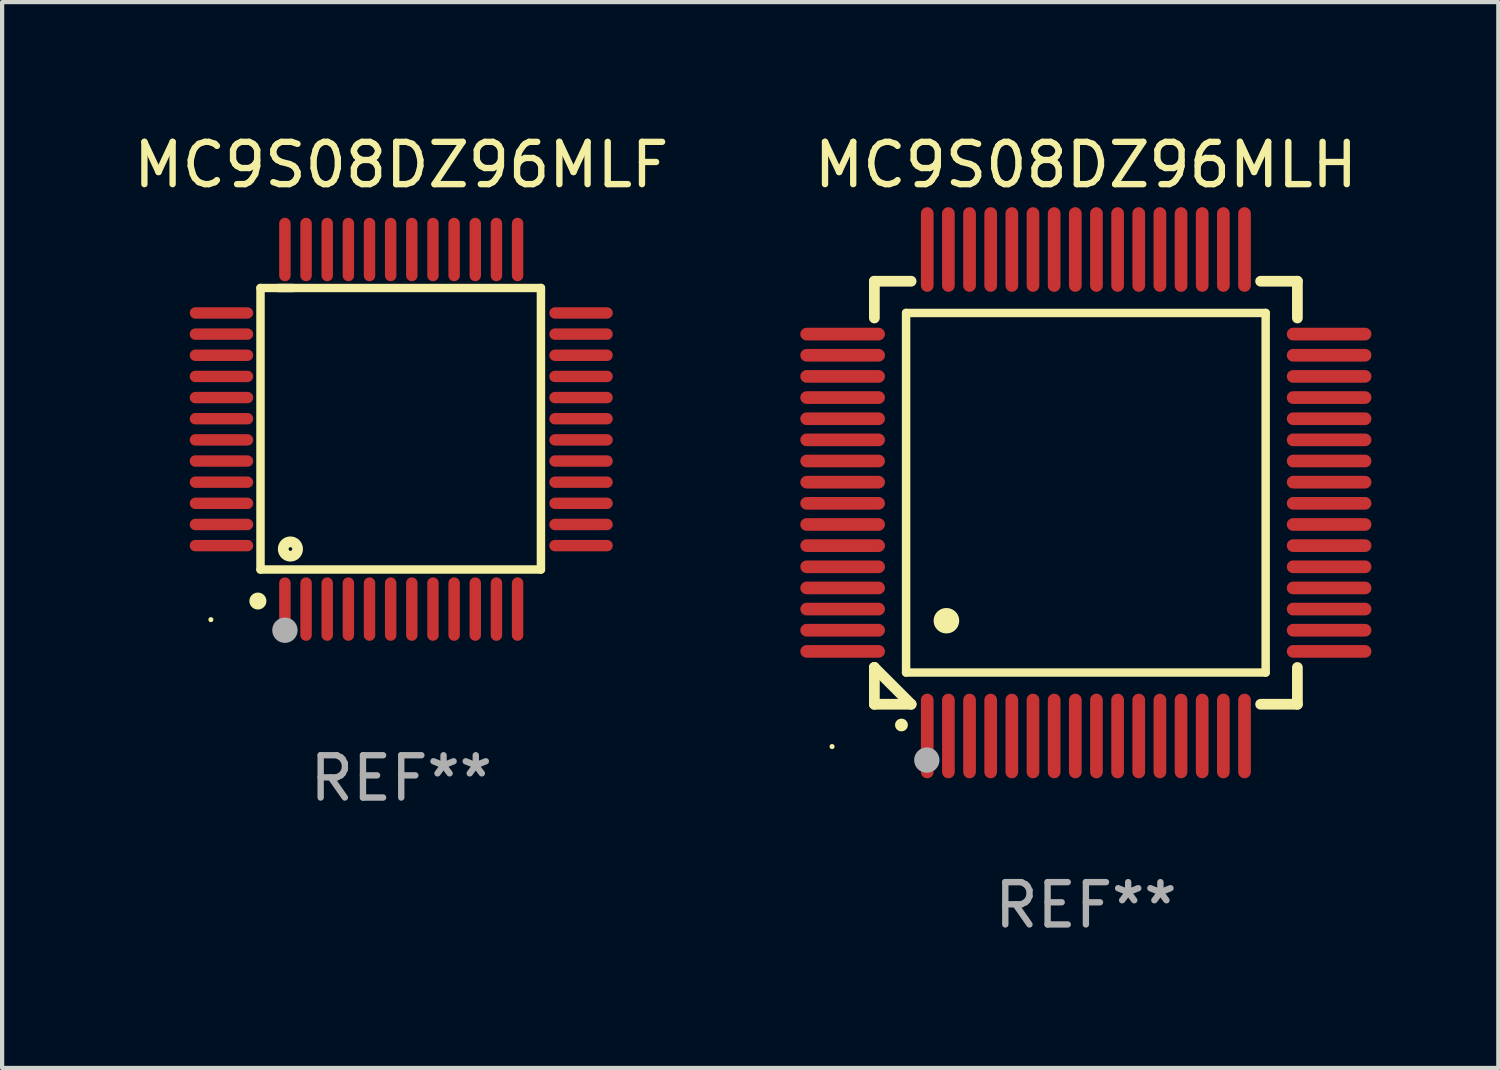
<source format=kicad_pcb>
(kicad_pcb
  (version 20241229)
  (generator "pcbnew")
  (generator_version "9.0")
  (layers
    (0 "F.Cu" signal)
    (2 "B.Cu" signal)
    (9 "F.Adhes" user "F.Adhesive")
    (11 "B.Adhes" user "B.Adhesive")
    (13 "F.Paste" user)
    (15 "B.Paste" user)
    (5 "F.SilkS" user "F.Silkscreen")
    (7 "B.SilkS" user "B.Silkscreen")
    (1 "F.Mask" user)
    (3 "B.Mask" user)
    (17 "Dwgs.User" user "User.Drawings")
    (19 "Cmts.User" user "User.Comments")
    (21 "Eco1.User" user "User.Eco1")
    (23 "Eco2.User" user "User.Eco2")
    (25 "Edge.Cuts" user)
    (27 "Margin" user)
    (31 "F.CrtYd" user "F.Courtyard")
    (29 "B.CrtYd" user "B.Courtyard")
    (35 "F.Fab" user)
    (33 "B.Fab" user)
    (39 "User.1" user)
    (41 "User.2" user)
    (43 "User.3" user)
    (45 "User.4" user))
  (footprint "MC9S08DZ96MLH"
    (layer "F.Cu")
    (at 22.619 8.598)
    (property "Reference" "MC9S08DZ96MLH" (at 0 -7.75 0) (layer "F.SilkS") (effects (font (size 1 1) (thickness 0.15))))
    (attr through_hole)
    (fp_line (start -5 -5) (end -4.131 -5) (stroke (width 0.254) (type solid)) (layer "F.SilkS"))
    (fp_line (start -5 -4.131) (end -5 -5) (stroke (width 0.254) (type solid)) (layer "F.SilkS"))
    (fp_line (start -5 4.131) (end -5 4.131) (stroke (width 0.254) (type solid)) (layer "F.SilkS"))
    (fp_line (start -5 5) (end -5 4.131) (stroke (width 0.254) (type solid)) (layer "F.SilkS"))
    (fp_line (start -5 4.131) (end -4.131 5) (stroke (width 0.254) (type solid)) (layer "F.SilkS"))
    (fp_line (start -4.25 -4.25) (end -4.25 4.25) (stroke (width 0.2) (type solid)) (layer "F.SilkS"))
    (fp_line (start -4.25 4.25) (end 4.25 4.25) (stroke (width 0.2) (type solid)) (layer "F.SilkS"))
    (fp_line (start -4.131 5) (end -5 5) (stroke (width 0.254) (type solid)) (layer "F.SilkS"))
    (fp_line (start 4.25 -4.25) (end -4.25 -4.25) (stroke (width 0.2) (type solid)) (layer "F.SilkS"))
    (fp_line (start 4.25 4.25) (end 4.25 -4.25) (stroke (width 0.2) (type solid)) (layer "F.SilkS"))
    (fp_line (start 5 -5) (end 4.131 -5) (stroke (width 0.254) (type solid)) (layer "F.SilkS"))
    (fp_line (start 5 -5) (end 5 -4.131) (stroke (width 0.254) (type solid)) (layer "F.SilkS"))
    (fp_line (start 5 4.131) (end 5 5) (stroke (width 0.254) (type solid)) (layer "F.SilkS"))
    (fp_line (start 5 5) (end 4.131 5) (stroke (width 0.254) (type solid)) (layer "F.SilkS"))
    (fp_arc (start -4.361265 5.489992) (mid -4.359995 5.489987) (end -4.358725 5.489992) (stroke (width 0.3) (type solid)) (layer "F.SilkS"))
    (fp_arc (start -3.299467 3.025146) (mid -3.296927 3.025135) (end -3.294387 3.025146) (stroke (width 0.6) (type solid)) (layer "F.SilkS"))
    (fp_circle (center -6 6) (end -5.97 6) (stroke (width 0.06) (type solid)) (fill no) (layer "F.SilkS"))
    (fp_circle (center -3.76 6.32) (end -3.61 6.32) (stroke (width 0.3) (type solid)) (fill no) (layer "F.Fab"))
    (fp_text user "REF**" (at 0 9.75 0) (layer "F.Fab") (effects (font (size 1 1) (thickness 0.15))))
    (pad "1" smd oval (at -3.75 5.75) (size 0.3 2) (layers "F.Cu" "F.Mask" "F.Paste"))
    (pad "2" smd oval (at -3.25 5.75) (size 0.3 2) (layers "F.Cu" "F.Mask" "F.Paste"))
    (pad "3" smd oval (at -2.75 5.75) (size 0.3 2) (layers "F.Cu" "F.Mask" "F.Paste"))
    (pad "4" smd oval (at -2.25 5.75) (size 0.3 2) (layers "F.Cu" "F.Mask" "F.Paste"))
    (pad "5" smd oval (at -1.75 5.75) (size 0.3 2) (layers "F.Cu" "F.Mask" "F.Paste"))
    (pad "6" smd oval (at -1.25 5.75) (size 0.3 2) (layers "F.Cu" "F.Mask" "F.Paste"))
    (pad "7" smd oval (at -0.75 5.75) (size 0.3 2) (layers "F.Cu" "F.Mask" "F.Paste"))
    (pad "8" smd oval (at -0.25 5.75) (size 0.3 2) (layers "F.Cu" "F.Mask" "F.Paste"))
    (pad "9" smd oval (at 0.25 5.75) (size 0.3 2) (layers "F.Cu" "F.Mask" "F.Paste"))
    (pad "10" smd oval (at 0.75 5.75) (size 0.3 2) (layers "F.Cu" "F.Mask" "F.Paste"))
    (pad "11" smd oval (at 1.25 5.75) (size 0.3 2) (layers "F.Cu" "F.Mask" "F.Paste"))
    (pad "12" smd oval (at 1.75 5.75) (size 0.3 2) (layers "F.Cu" "F.Mask" "F.Paste"))
    (pad "13" smd oval (at 2.25 5.75) (size 0.3 2) (layers "F.Cu" "F.Mask" "F.Paste"))
    (pad "14" smd oval (at 2.75 5.75) (size 0.3 2) (layers "F.Cu" "F.Mask" "F.Paste"))
    (pad "15" smd oval (at 3.25 5.75) (size 0.3 2) (layers "F.Cu" "F.Mask" "F.Paste"))
    (pad "16" smd oval (at 3.75 5.75) (size 0.3 2) (layers "F.Cu" "F.Mask" "F.Paste"))
    (pad "17" smd oval (at 5.75 3.75) (size 2 0.3) (layers "F.Cu" "F.Mask" "F.Paste"))
    (pad "18" smd oval (at 5.75 3.25) (size 2 0.3) (layers "F.Cu" "F.Mask" "F.Paste"))
    (pad "19" smd oval (at 5.75 2.75) (size 2 0.3) (layers "F.Cu" "F.Mask" "F.Paste"))
    (pad "20" smd oval (at 5.75 2.25) (size 2 0.3) (layers "F.Cu" "F.Mask" "F.Paste"))
    (pad "21" smd oval (at 5.75 1.75) (size 2 0.3) (layers "F.Cu" "F.Mask" "F.Paste"))
    (pad "22" smd oval (at 5.75 1.25) (size 2 0.3) (layers "F.Cu" "F.Mask" "F.Paste"))
    (pad "23" smd oval (at 5.75 0.75) (size 2 0.3) (layers "F.Cu" "F.Mask" "F.Paste"))
    (pad "24" smd oval (at 5.75 0.25) (size 2 0.3) (layers "F.Cu" "F.Mask" "F.Paste"))
    (pad "25" smd oval (at 5.75 -0.25) (size 2 0.3) (layers "F.Cu" "F.Mask" "F.Paste"))
    (pad "26" smd oval (at 5.75 -0.75) (size 2 0.3) (layers "F.Cu" "F.Mask" "F.Paste"))
    (pad "27" smd oval (at 5.75 -1.25) (size 2 0.3) (layers "F.Cu" "F.Mask" "F.Paste"))
    (pad "28" smd oval (at 5.75 -1.75) (size 2 0.3) (layers "F.Cu" "F.Mask" "F.Paste"))
    (pad "29" smd oval (at 5.75 -2.25) (size 2 0.3) (layers "F.Cu" "F.Mask" "F.Paste"))
    (pad "30" smd oval (at 5.75 -2.75) (size 2 0.3) (layers "F.Cu" "F.Mask" "F.Paste"))
    (pad "31" smd oval (at 5.75 -3.25) (size 2 0.3) (layers "F.Cu" "F.Mask" "F.Paste"))
    (pad "32" smd oval (at 5.75 -3.75) (size 2 0.3) (layers "F.Cu" "F.Mask" "F.Paste"))
    (pad "33" smd oval (at 3.75 -5.75) (size 0.3 2) (layers "F.Cu" "F.Mask" "F.Paste"))
    (pad "34" smd oval (at 3.25 -5.75) (size 0.3 2) (layers "F.Cu" "F.Mask" "F.Paste"))
    (pad "35" smd oval (at 2.75 -5.75) (size 0.3 2) (layers "F.Cu" "F.Mask" "F.Paste"))
    (pad "36" smd oval (at 2.25 -5.75) (size 0.3 2) (layers "F.Cu" "F.Mask" "F.Paste"))
    (pad "37" smd oval (at 1.75 -5.75) (size 0.3 2) (layers "F.Cu" "F.Mask" "F.Paste"))
    (pad "38" smd oval (at 1.25 -5.75) (size 0.3 2) (layers "F.Cu" "F.Mask" "F.Paste"))
    (pad "39" smd oval (at 0.75 -5.75) (size 0.3 2) (layers "F.Cu" "F.Mask" "F.Paste"))
    (pad "40" smd oval (at 0.25 -5.75) (size 0.3 2) (layers "F.Cu" "F.Mask" "F.Paste"))
    (pad "41" smd oval (at -0.25 -5.75) (size 0.3 2) (layers "F.Cu" "F.Mask" "F.Paste"))
    (pad "42" smd oval (at -0.75 -5.75) (size 0.3 2) (layers "F.Cu" "F.Mask" "F.Paste"))
    (pad "43" smd oval (at -1.25 -5.75) (size 0.3 2) (layers "F.Cu" "F.Mask" "F.Paste"))
    (pad "44" smd oval (at -1.75 -5.75) (size 0.3 2) (layers "F.Cu" "F.Mask" "F.Paste"))
    (pad "45" smd oval (at -2.25 -5.75) (size 0.3 2) (layers "F.Cu" "F.Mask" "F.Paste"))
    (pad "46" smd oval (at -2.75 -5.75) (size 0.3 2) (layers "F.Cu" "F.Mask" "F.Paste"))
    (pad "47" smd oval (at -3.25 -5.75) (size 0.3 2) (layers "F.Cu" "F.Mask" "F.Paste"))
    (pad "48" smd oval (at -3.75 -5.75) (size 0.3 2) (layers "F.Cu" "F.Mask" "F.Paste"))
    (pad "49" smd oval (at -5.75 -3.75) (size 2 0.3) (layers "F.Cu" "F.Mask" "F.Paste"))
    (pad "50" smd oval (at -5.75 -3.25) (size 2 0.3) (layers "F.Cu" "F.Mask" "F.Paste"))
    (pad "51" smd oval (at -5.75 -2.75) (size 2 0.3) (layers "F.Cu" "F.Mask" "F.Paste"))
    (pad "52" smd oval (at -5.75 -2.25) (size 2 0.3) (layers "F.Cu" "F.Mask" "F.Paste"))
    (pad "53" smd oval (at -5.75 -1.75) (size 2 0.3) (layers "F.Cu" "F.Mask" "F.Paste"))
    (pad "54" smd oval (at -5.75 -1.25) (size 2 0.3) (layers "F.Cu" "F.Mask" "F.Paste"))
    (pad "55" smd oval (at -5.75 -0.75) (size 2 0.3) (layers "F.Cu" "F.Mask" "F.Paste"))
    (pad "56" smd oval (at -5.75 -0.25) (size 2 0.3) (layers "F.Cu" "F.Mask" "F.Paste"))
    (pad "57" smd oval (at -5.75 0.25) (size 2 0.3) (layers "F.Cu" "F.Mask" "F.Paste"))
    (pad "58" smd oval (at -5.75 0.75) (size 2 0.3) (layers "F.Cu" "F.Mask" "F.Paste"))
    (pad "59" smd oval (at -5.75 1.25) (size 2 0.3) (layers "F.Cu" "F.Mask" "F.Paste"))
    (pad "60" smd oval (at -5.75 1.75) (size 2 0.3) (layers "F.Cu" "F.Mask" "F.Paste"))
    (pad "61" smd oval (at -5.75 2.25) (size 2 0.3) (layers "F.Cu" "F.Mask" "F.Paste"))
    (pad "62" smd oval (at -5.75 2.75) (size 2 0.3) (layers "F.Cu" "F.Mask" "F.Paste"))
    (pad "63" smd oval (at -5.75 3.25) (size 2 0.3) (layers "F.Cu" "F.Mask" "F.Paste"))
    (pad "64" smd oval (at -5.75 3.75) (size 2 0.3) (layers "F.Cu" "F.Mask" "F.Paste")))
  (footprint "MC9S08DZ96MLF"
    (layer "F.Cu")
    (at 6.435 7.098)
    (property "Reference" "MC9S08DZ96MLF" (at 0 -6.25 0) (layer "F.SilkS") (effects (font (size 1 1) (thickness 0.15))))
    (attr through_hole)
    (fp_line (start -3.327 -3.34) (end -2.565 -3.34) (stroke (width 0.2) (type solid)) (layer "F.SilkS"))
    (fp_line (start -3.327 3.315) (end -3.327 -3.34) (stroke (width 0.2) (type solid)) (layer "F.SilkS"))
    (fp_line (start -2.896 -3.34) (end 3.302 -3.34) (stroke (width 0.2) (type solid)) (layer "F.SilkS"))
    (fp_line (start 3.302 -3.34) (end 3.302 3.315) (stroke (width 0.2) (type solid)) (layer "F.SilkS"))
    (fp_line (start 3.302 3.315) (end -3.327 3.315) (stroke (width 0.2) (type solid)) (layer "F.SilkS"))
    (fp_arc (start -3.389992 4.059995) (mid -3.388722 4.059991) (end -3.387452 4.059995) (stroke (width 0.4) (type solid)) (layer "F.SilkS"))
    (fp_circle (center -4.5 4.5) (end -4.47 4.5) (stroke (width 0.06) (type solid)) (fill no) (layer "F.SilkS"))
    (fp_circle (center -2.62 2.83) (end -2.45 2.83) (stroke (width 0.254) (type solid)) (fill no) (layer "F.SilkS"))
    (fp_circle (center -2.75 4.75) (end -2.6 4.75) (stroke (width 0.3) (type solid)) (fill no) (layer "F.Fab"))
    (fp_text user "REF**" (at 0 8.25 0) (layer "F.Fab") (effects (font (size 1 1) (thickness 0.15))))
    (pad "1" smd oval (at -2.75 4.25) (size 0.27 1.5) (layers "F.Cu" "F.Mask" "F.Paste"))
    (pad "2" smd oval (at -2.25 4.25) (size 0.27 1.5) (layers "F.Cu" "F.Mask" "F.Paste"))
    (pad "3" smd oval (at -1.75 4.25) (size 0.27 1.5) (layers "F.Cu" "F.Mask" "F.Paste"))
    (pad "4" smd oval (at -1.25 4.25) (size 0.27 1.5) (layers "F.Cu" "F.Mask" "F.Paste"))
    (pad "5" smd oval (at -0.75 4.25) (size 0.27 1.5) (layers "F.Cu" "F.Mask" "F.Paste"))
    (pad "6" smd oval (at -0.25 4.25) (size 0.27 1.5) (layers "F.Cu" "F.Mask" "F.Paste"))
    (pad "7" smd oval (at 0.25 4.25) (size 0.27 1.5) (layers "F.Cu" "F.Mask" "F.Paste"))
    (pad "8" smd oval (at 0.75 4.25) (size 0.27 1.5) (layers "F.Cu" "F.Mask" "F.Paste"))
    (pad "9" smd oval (at 1.25 4.25) (size 0.27 1.5) (layers "F.Cu" "F.Mask" "F.Paste"))
    (pad "10" smd oval (at 1.75 4.25) (size 0.27 1.5) (layers "F.Cu" "F.Mask" "F.Paste"))
    (pad "11" smd oval (at 2.25 4.25) (size 0.27 1.5) (layers "F.Cu" "F.Mask" "F.Paste"))
    (pad "12" smd oval (at 2.75 4.25) (size 0.27 1.5) (layers "F.Cu" "F.Mask" "F.Paste"))
    (pad "13" smd oval (at 4.25 2.75) (size 1.5 0.27) (layers "F.Cu" "F.Mask" "F.Paste"))
    (pad "14" smd oval (at 4.25 2.25) (size 1.5 0.27) (layers "F.Cu" "F.Mask" "F.Paste"))
    (pad "15" smd oval (at 4.25 1.75) (size 1.5 0.27) (layers "F.Cu" "F.Mask" "F.Paste"))
    (pad "16" smd oval (at 4.25 1.25) (size 1.5 0.27) (layers "F.Cu" "F.Mask" "F.Paste"))
    (pad "17" smd oval (at 4.25 0.75) (size 1.5 0.27) (layers "F.Cu" "F.Mask" "F.Paste"))
    (pad "18" smd oval (at 4.25 0.25) (size 1.5 0.27) (layers "F.Cu" "F.Mask" "F.Paste"))
    (pad "19" smd oval (at 4.25 -0.25) (size 1.5 0.27) (layers "F.Cu" "F.Mask" "F.Paste"))
    (pad "20" smd oval (at 4.25 -0.75) (size 1.5 0.27) (layers "F.Cu" "F.Mask" "F.Paste"))
    (pad "21" smd oval (at 4.25 -1.25) (size 1.5 0.27) (layers "F.Cu" "F.Mask" "F.Paste"))
    (pad "22" smd oval (at 4.25 -1.75) (size 1.5 0.27) (layers "F.Cu" "F.Mask" "F.Paste"))
    (pad "23" smd oval (at 4.25 -2.25) (size 1.5 0.27) (layers "F.Cu" "F.Mask" "F.Paste"))
    (pad "24" smd oval (at 4.25 -2.75) (size 1.5 0.27) (layers "F.Cu" "F.Mask" "F.Paste"))
    (pad "25" smd oval (at 2.75 -4.25) (size 0.27 1.5) (layers "F.Cu" "F.Mask" "F.Paste"))
    (pad "26" smd oval (at 2.25 -4.25) (size 0.27 1.5) (layers "F.Cu" "F.Mask" "F.Paste"))
    (pad "27" smd oval (at 1.75 -4.25) (size 0.27 1.5) (layers "F.Cu" "F.Mask" "F.Paste"))
    (pad "28" smd oval (at 1.25 -4.25) (size 0.27 1.5) (layers "F.Cu" "F.Mask" "F.Paste"))
    (pad "29" smd oval (at 0.75 -4.25) (size 0.27 1.5) (layers "F.Cu" "F.Mask" "F.Paste"))
    (pad "30" smd oval (at 0.25 -4.25) (size 0.27 1.5) (layers "F.Cu" "F.Mask" "F.Paste"))
    (pad "31" smd oval (at -0.25 -4.25) (size 0.27 1.5) (layers "F.Cu" "F.Mask" "F.Paste"))
    (pad "32" smd oval (at -0.75 -4.25) (size 0.27 1.5) (layers "F.Cu" "F.Mask" "F.Paste"))
    (pad "33" smd oval (at -1.25 -4.25) (size 0.27 1.5) (layers "F.Cu" "F.Mask" "F.Paste"))
    (pad "34" smd oval (at -1.75 -4.25) (size 0.27 1.5) (layers "F.Cu" "F.Mask" "F.Paste"))
    (pad "35" smd oval (at -2.25 -4.25) (size 0.27 1.5) (layers "F.Cu" "F.Mask" "F.Paste"))
    (pad "36" smd oval (at -2.75 -4.25) (size 0.27 1.5) (layers "F.Cu" "F.Mask" "F.Paste"))
    (pad "37" smd oval (at -4.25 -2.75) (size 1.5 0.27) (layers "F.Cu" "F.Mask" "F.Paste"))
    (pad "38" smd oval (at -4.25 -2.25) (size 1.5 0.27) (layers "F.Cu" "F.Mask" "F.Paste"))
    (pad "39" smd oval (at -4.25 -1.75) (size 1.5 0.27) (layers "F.Cu" "F.Mask" "F.Paste"))
    (pad "40" smd oval (at -4.25 -1.25) (size 1.5 0.27) (layers "F.Cu" "F.Mask" "F.Paste"))
    (pad "41" smd oval (at -4.25 -0.75) (size 1.5 0.27) (layers "F.Cu" "F.Mask" "F.Paste"))
    (pad "42" smd oval (at -4.25 -0.25) (size 1.5 0.27) (layers "F.Cu" "F.Mask" "F.Paste"))
    (pad "43" smd oval (at -4.25 0.25) (size 1.5 0.27) (layers "F.Cu" "F.Mask" "F.Paste"))
    (pad "44" smd oval (at -4.25 0.75) (size 1.5 0.27) (layers "F.Cu" "F.Mask" "F.Paste"))
    (pad "45" smd oval (at -4.25 1.25) (size 1.5 0.27) (layers "F.Cu" "F.Mask" "F.Paste"))
    (pad "46" smd oval (at -4.25 1.75) (size 1.5 0.27) (layers "F.Cu" "F.Mask" "F.Paste"))
    (pad "47" smd oval (at -4.25 2.25) (size 1.5 0.27) (layers "F.Cu" "F.Mask" "F.Paste"))
    (pad "48" smd oval (at -4.25 2.75) (size 1.5 0.27) (layers "F.Cu" "F.Mask" "F.Paste")))
  (gr_rect
    (start -3 -3)
    (end 32.369 22.196)
    (stroke (width 0.1) (type default))
    (fill no)
    (layer "Edge.Cuts")))
</source>
